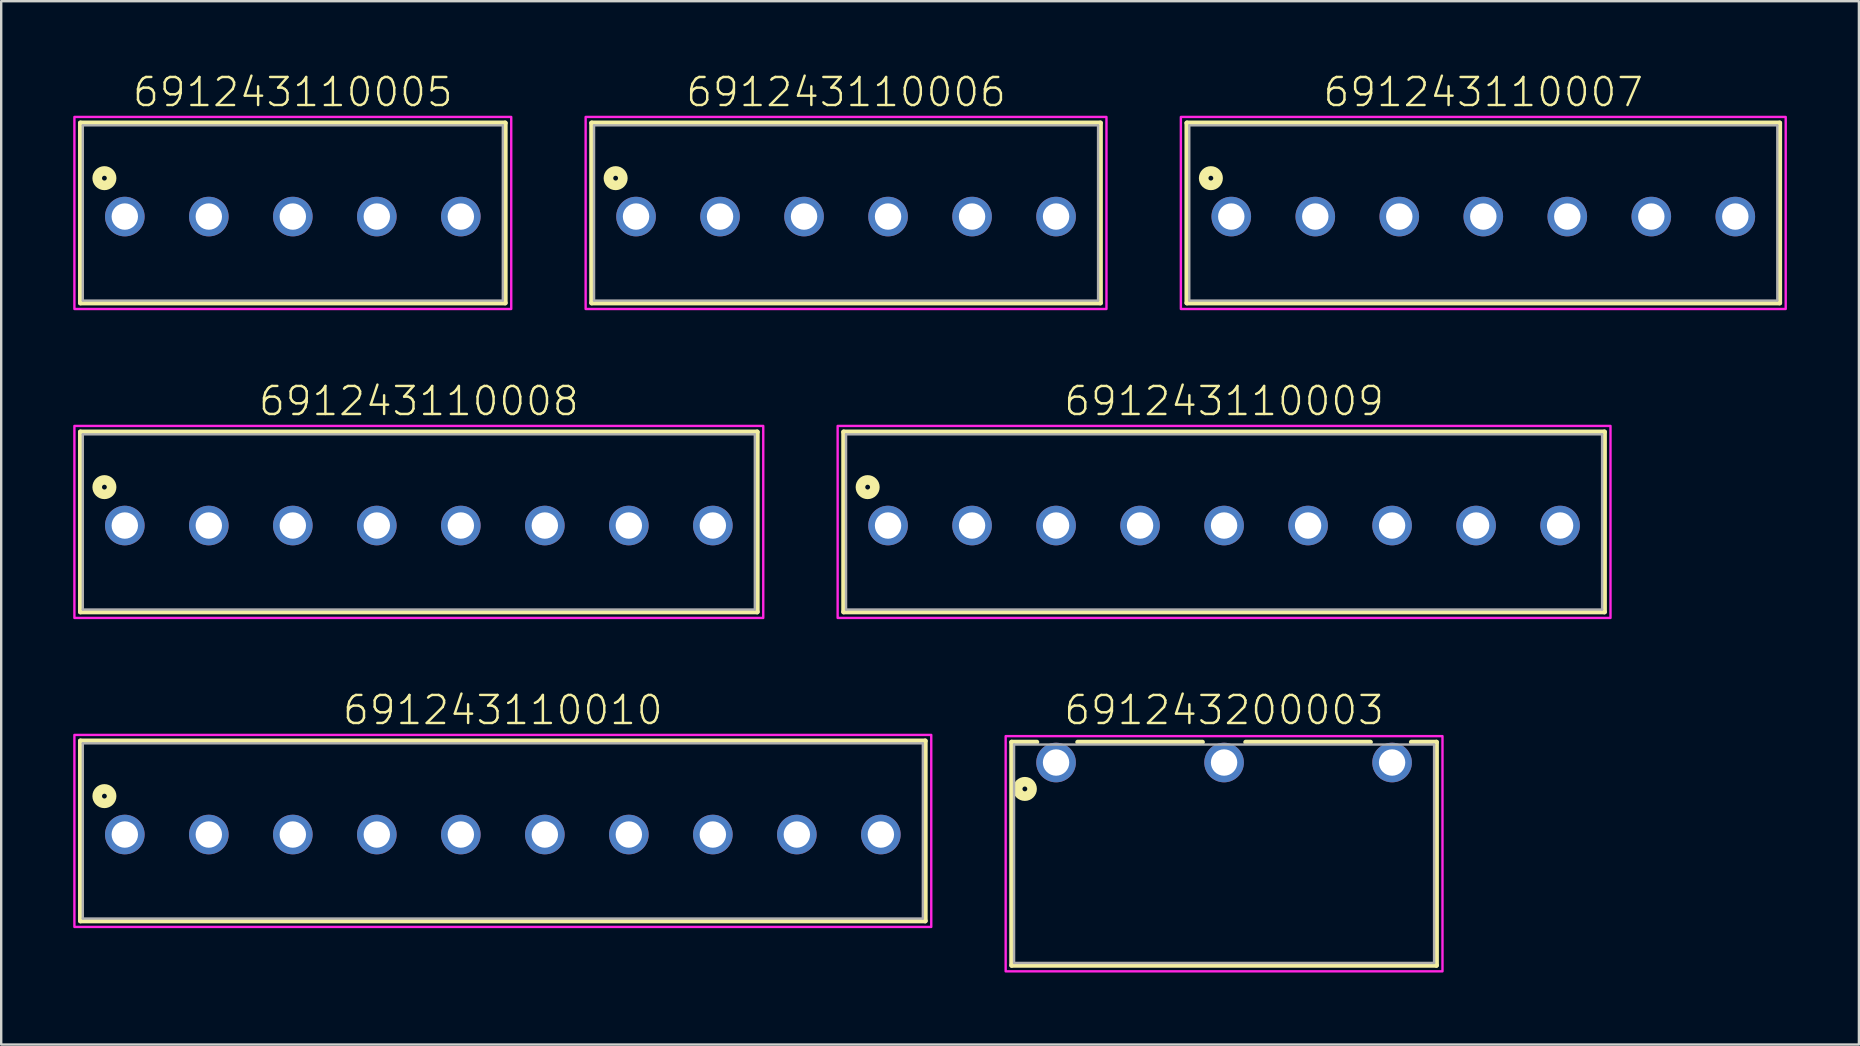
<source format=kicad_pcb>
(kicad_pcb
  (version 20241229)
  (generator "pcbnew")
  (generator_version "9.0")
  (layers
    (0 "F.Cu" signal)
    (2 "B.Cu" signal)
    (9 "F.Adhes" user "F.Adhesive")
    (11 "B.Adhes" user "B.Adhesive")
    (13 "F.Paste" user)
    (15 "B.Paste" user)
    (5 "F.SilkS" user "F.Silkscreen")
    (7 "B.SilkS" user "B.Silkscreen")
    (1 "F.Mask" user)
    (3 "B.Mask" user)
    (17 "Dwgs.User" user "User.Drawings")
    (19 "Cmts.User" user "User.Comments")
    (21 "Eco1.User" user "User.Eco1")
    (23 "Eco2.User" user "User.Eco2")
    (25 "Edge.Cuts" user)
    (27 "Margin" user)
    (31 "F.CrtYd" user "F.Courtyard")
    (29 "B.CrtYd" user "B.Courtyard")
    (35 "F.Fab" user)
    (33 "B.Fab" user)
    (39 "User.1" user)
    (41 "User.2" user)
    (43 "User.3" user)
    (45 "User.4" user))
  (footprint "691243200003"
    (layer "F.Cu")
    (at 47.95 28.72)
    (property "Reference" "691243200003" (at 0 -1.5 0) (unlocked yes) (layer "F.SilkS") (effects (font (size 1.168 1.168) (thickness 0.102)) (justify bottom)))
    (fp_line (start -8.85 -0.85) (end -7.8 -0.85) (stroke (width 0.2) (type solid)) (layer "F.SilkS"))
    (fp_line (start -8.85 8.45) (end -8.85 -0.85) (stroke (width 0.2) (type solid)) (layer "F.SilkS"))
    (fp_line (start -6.1 -0.85) (end -0.9 -0.85) (stroke (width 0.2) (type solid)) (layer "F.SilkS"))
    (fp_line (start 0.9 -0.85) (end 6.1 -0.85) (stroke (width 0.2) (type solid)) (layer "F.SilkS"))
    (fp_line (start 7.8 -0.85) (end 8.85 -0.85) (stroke (width 0.2) (type solid)) (layer "F.SilkS"))
    (fp_line (start 8.85 -0.85) (end 8.85 8.45) (stroke (width 0.2) (type solid)) (layer "F.SilkS"))
    (fp_line (start 8.85 8.45) (end -8.85 8.45) (stroke (width 0.2) (type solid)) (layer "F.SilkS"))
    (fp_circle (center -8.3 1.1) (end -8.2 1.1) (stroke (width 0.4) (type solid)) (fill no) (layer "F.SilkS"))
    (fp_poly (pts (xy 9.1 8.7) (xy -9.1 8.7) (xy -9.1 -1.1) (xy 9.1 -1.1)) (stroke (width 0.1) (type default)) (fill no) (layer "F.CrtYd"))
    (fp_line (start -8.75 -0.75) (end 8.75 -0.75) (stroke (width 0.1) (type solid)) (layer "F.Fab"))
    (fp_line (start -8.75 8.35) (end -8.75 -0.75) (stroke (width 0.1) (type solid)) (layer "F.Fab"))
    (fp_line (start 8.75 -0.75) (end 8.75 8.35) (stroke (width 0.1) (type solid)) (layer "F.Fab"))
    (fp_line (start 8.75 8.35) (end -8.75 8.35) (stroke (width 0.1) (type solid)) (layer "F.Fab"))
    (pad "1" thru_hole circle (at -7 0 180) (size 1.65 1.65) (drill 1.1) (layers "*.Cu" "*.Mask"))
    (pad "2" thru_hole circle (at 0 0 180) (size 1.65 1.65) (drill 1.1) (layers "*.Cu" "*.Mask"))
    (pad "3" thru_hole circle (at 7 0 180) (size 1.65 1.65) (drill 1.1) (layers "*.Cu" "*.Mask")))
  (footprint "691243110006"
    (layer "F.Cu")
    (at 32.2 5.973)
    (property "Reference" "691243110006" (at 0 -4.5 0) (unlocked yes) (layer "F.SilkS") (effects (font (size 1.168 1.168) (thickness 0.102)) (justify bottom)))
    (fp_line (start -10.6 -3.9) (end 10.6 -3.9) (stroke (width 0.2) (type solid)) (layer "F.SilkS"))
    (fp_line (start -10.6 3.6) (end -10.6 -3.9) (stroke (width 0.2) (type solid)) (layer "F.SilkS"))
    (fp_line (start 10.6 -3.9) (end 10.6 3.6) (stroke (width 0.2) (type solid)) (layer "F.SilkS"))
    (fp_line (start 10.6 3.6) (end -10.6 3.6) (stroke (width 0.2) (type solid)) (layer "F.SilkS"))
    (fp_circle (center -9.6 -1.6) (end -9.5 -1.6) (stroke (width 0.4) (type solid)) (fill no) (layer "F.SilkS"))
    (fp_poly (pts (xy 10.85 3.85) (xy -10.85 3.85) (xy -10.85 -4.15) (xy 10.85 -4.15)) (stroke (width 0.1) (type default)) (fill no) (layer "F.CrtYd"))
    (fp_line (start -10.5 -3.8) (end 10.5 -3.8) (stroke (width 0.1) (type solid)) (layer "F.Fab"))
    (fp_line (start -10.5 3.5) (end -10.5 -3.8) (stroke (width 0.1) (type solid)) (layer "F.Fab"))
    (fp_line (start 10.5 -3.8) (end 10.5 3.5) (stroke (width 0.1) (type solid)) (layer "F.Fab"))
    (fp_line (start 10.5 3.5) (end -10.5 3.5) (stroke (width 0.1) (type solid)) (layer "F.Fab"))
    (pad "1" thru_hole circle (at -8.75 0) (size 1.65 1.65) (drill 1.1) (layers "*.Cu" "*.Mask"))
    (pad "2" thru_hole circle (at -5.25 0) (size 1.65 1.65) (drill 1.1) (layers "*.Cu" "*.Mask"))
    (pad "3" thru_hole circle (at -1.75 0) (size 1.65 1.65) (drill 1.1) (layers "*.Cu" "*.Mask"))
    (pad "4" thru_hole circle (at 1.75 0) (size 1.65 1.65) (drill 1.1) (layers "*.Cu" "*.Mask"))
    (pad "5" thru_hole circle (at 5.25 0) (size 1.65 1.65) (drill 1.1) (layers "*.Cu" "*.Mask"))
    (pad "6" thru_hole circle (at 8.75 0) (size 1.65 1.65) (drill 1.1) (layers "*.Cu" "*.Mask")))
  (footprint "691243110005"
    (layer "F.Cu")
    (at 9.15 5.973)
    (property "Reference" "691243110005" (at 0 -4.5 0) (unlocked yes) (layer "F.SilkS") (effects (font (size 1.168 1.168) (thickness 0.102)) (justify bottom)))
    (fp_line (start -8.85 -3.9) (end 8.85 -3.9) (stroke (width 0.2) (type solid)) (layer "F.SilkS"))
    (fp_line (start -8.85 3.6) (end -8.85 -3.9) (stroke (width 0.2) (type solid)) (layer "F.SilkS"))
    (fp_line (start 8.85 -3.9) (end 8.85 3.6) (stroke (width 0.2) (type solid)) (layer "F.SilkS"))
    (fp_line (start 8.85 3.6) (end -8.85 3.6) (stroke (width 0.2) (type solid)) (layer "F.SilkS"))
    (fp_circle (center -7.85 -1.6) (end -7.75 -1.6) (stroke (width 0.4) (type solid)) (fill no) (layer "F.SilkS"))
    (fp_poly (pts (xy 9.1 3.85) (xy -9.1 3.85) (xy -9.1 -4.15) (xy 9.1 -4.15)) (stroke (width 0.1) (type default)) (fill no) (layer "F.CrtYd"))
    (fp_line (start -8.75 -3.8) (end 8.75 -3.8) (stroke (width 0.1) (type solid)) (layer "F.Fab"))
    (fp_line (start -8.75 3.5) (end -8.75 -3.8) (stroke (width 0.1) (type solid)) (layer "F.Fab"))
    (fp_line (start 8.75 -3.8) (end 8.75 3.5) (stroke (width 0.1) (type solid)) (layer "F.Fab"))
    (fp_line (start 8.75 3.5) (end -8.75 3.5) (stroke (width 0.1) (type solid)) (layer "F.Fab"))
    (pad "1" thru_hole circle (at -7 0) (size 1.65 1.65) (drill 1.1) (layers "*.Cu" "*.Mask"))
    (pad "2" thru_hole circle (at -3.5 0) (size 1.65 1.65) (drill 1.1) (layers "*.Cu" "*.Mask"))
    (pad "3" thru_hole circle (at 0 0) (size 1.65 1.65) (drill 1.1) (layers "*.Cu" "*.Mask"))
    (pad "4" thru_hole circle (at 3.5 0) (size 1.65 1.65) (drill 1.1) (layers "*.Cu" "*.Mask"))
    (pad "5" thru_hole circle (at 7 0) (size 1.65 1.65) (drill 1.1) (layers "*.Cu" "*.Mask")))
  (footprint "691243110010"
    (layer "F.Cu")
    (at 17.9 31.72)
    (property "Reference" "691243110010" (at 0 -4.5 0) (unlocked yes) (layer "F.SilkS") (effects (font (size 1.168 1.168) (thickness 0.102)) (justify bottom)))
    (fp_line (start -17.6 -3.9) (end 17.6 -3.9) (stroke (width 0.2) (type solid)) (layer "F.SilkS"))
    (fp_line (start -17.6 3.6) (end -17.6 -3.9) (stroke (width 0.2) (type solid)) (layer "F.SilkS"))
    (fp_line (start 17.6 -3.9) (end 17.6 3.6) (stroke (width 0.2) (type solid)) (layer "F.SilkS"))
    (fp_line (start 17.6 3.6) (end -17.6 3.6) (stroke (width 0.2) (type solid)) (layer "F.SilkS"))
    (fp_circle (center -16.6 -1.6) (end -16.5 -1.6) (stroke (width 0.4) (type solid)) (fill no) (layer "F.SilkS"))
    (fp_poly (pts (xy 17.85 3.85) (xy -17.85 3.85) (xy -17.85 -4.15) (xy 17.85 -4.15)) (stroke (width 0.1) (type default)) (fill no) (layer "F.CrtYd"))
    (fp_line (start -17.5 -3.8) (end 17.5 -3.8) (stroke (width 0.1) (type solid)) (layer "F.Fab"))
    (fp_line (start -17.5 3.5) (end -17.5 -3.8) (stroke (width 0.1) (type solid)) (layer "F.Fab"))
    (fp_line (start 17.5 -3.8) (end 17.5 3.5) (stroke (width 0.1) (type solid)) (layer "F.Fab"))
    (fp_line (start 17.5 3.5) (end -17.5 3.5) (stroke (width 0.1) (type solid)) (layer "F.Fab"))
    (pad "1" thru_hole circle (at -15.75 0) (size 1.65 1.65) (drill 1.1) (layers "*.Cu" "*.Mask"))
    (pad "2" thru_hole circle (at -12.25 0) (size 1.65 1.65) (drill 1.1) (layers "*.Cu" "*.Mask"))
    (pad "3" thru_hole circle (at -8.75 0) (size 1.65 1.65) (drill 1.1) (layers "*.Cu" "*.Mask"))
    (pad "4" thru_hole circle (at -5.25 0) (size 1.65 1.65) (drill 1.1) (layers "*.Cu" "*.Mask"))
    (pad "5" thru_hole circle (at -1.75 0) (size 1.65 1.65) (drill 1.1) (layers "*.Cu" "*.Mask"))
    (pad "6" thru_hole circle (at 1.75 0) (size 1.65 1.65) (drill 1.1) (layers "*.Cu" "*.Mask"))
    (pad "7" thru_hole circle (at 5.25 0) (size 1.65 1.65) (drill 1.1) (layers "*.Cu" "*.Mask"))
    (pad "8" thru_hole circle (at 8.75 0) (size 1.65 1.65) (drill 1.1) (layers "*.Cu" "*.Mask"))
    (pad "9" thru_hole circle (at 12.25 0) (size 1.65 1.65) (drill 1.1) (layers "*.Cu" "*.Mask"))
    (pad "10" thru_hole circle (at 15.75 0) (size 1.65 1.65) (drill 1.1) (layers "*.Cu" "*.Mask")))
  (footprint "691243110009"
    (layer "F.Cu")
    (at 47.95 18.846)
    (property "Reference" "691243110009" (at 0 -4.5 0) (unlocked yes) (layer "F.SilkS") (effects (font (size 1.168 1.168) (thickness 0.102)) (justify bottom)))
    (fp_line (start -15.85 -3.9) (end 15.85 -3.9) (stroke (width 0.2) (type solid)) (layer "F.SilkS"))
    (fp_line (start -15.85 3.6) (end -15.85 -3.9) (stroke (width 0.2) (type solid)) (layer "F.SilkS"))
    (fp_line (start 15.85 -3.9) (end 15.85 3.6) (stroke (width 0.2) (type solid)) (layer "F.SilkS"))
    (fp_line (start 15.85 3.6) (end -15.85 3.6) (stroke (width 0.2) (type solid)) (layer "F.SilkS"))
    (fp_circle (center -14.85 -1.6) (end -14.75 -1.6) (stroke (width 0.4) (type solid)) (fill no) (layer "F.SilkS"))
    (fp_poly (pts (xy 16.1 3.85) (xy -16.1 3.85) (xy -16.1 -4.15) (xy 16.1 -4.15)) (stroke (width 0.1) (type default)) (fill no) (layer "F.CrtYd"))
    (fp_line (start -15.75 -3.8) (end 15.75 -3.8) (stroke (width 0.1) (type solid)) (layer "F.Fab"))
    (fp_line (start -15.75 3.5) (end -15.75 -3.8) (stroke (width 0.1) (type solid)) (layer "F.Fab"))
    (fp_line (start 15.75 -3.8) (end 15.75 3.5) (stroke (width 0.1) (type solid)) (layer "F.Fab"))
    (fp_line (start 15.75 3.5) (end -15.75 3.5) (stroke (width 0.1) (type solid)) (layer "F.Fab"))
    (pad "1" thru_hole circle (at -14 0) (size 1.65 1.65) (drill 1.1) (layers "*.Cu" "*.Mask"))
    (pad "2" thru_hole circle (at -10.5 0) (size 1.65 1.65) (drill 1.1) (layers "*.Cu" "*.Mask"))
    (pad "3" thru_hole circle (at -7 0) (size 1.65 1.65) (drill 1.1) (layers "*.Cu" "*.Mask"))
    (pad "4" thru_hole circle (at -3.5 0) (size 1.65 1.65) (drill 1.1) (layers "*.Cu" "*.Mask"))
    (pad "5" thru_hole circle (at 0 0) (size 1.65 1.65) (drill 1.1) (layers "*.Cu" "*.Mask"))
    (pad "6" thru_hole circle (at 3.5 0) (size 1.65 1.65) (drill 1.1) (layers "*.Cu" "*.Mask"))
    (pad "7" thru_hole circle (at 7 0) (size 1.65 1.65) (drill 1.1) (layers "*.Cu" "*.Mask"))
    (pad "8" thru_hole circle (at 10.5 0) (size 1.65 1.65) (drill 1.1) (layers "*.Cu" "*.Mask"))
    (pad "9" thru_hole circle (at 14 0) (size 1.65 1.65) (drill 1.1) (layers "*.Cu" "*.Mask")))
  (footprint "691243110008"
    (layer "F.Cu")
    (at 14.4 18.846)
    (property "Reference" "691243110008" (at 0 -4.5 0) (unlocked yes) (layer "F.SilkS") (effects (font (size 1.168 1.168) (thickness 0.102)) (justify bottom)))
    (fp_line (start -14.1 -3.9) (end 14.1 -3.9) (stroke (width 0.2) (type solid)) (layer "F.SilkS"))
    (fp_line (start -14.1 3.6) (end -14.1 -3.9) (stroke (width 0.2) (type solid)) (layer "F.SilkS"))
    (fp_line (start 14.1 -3.9) (end 14.1 3.6) (stroke (width 0.2) (type solid)) (layer "F.SilkS"))
    (fp_line (start 14.1 3.6) (end -14.1 3.6) (stroke (width 0.2) (type solid)) (layer "F.SilkS"))
    (fp_circle (center -13.1 -1.6) (end -13 -1.6) (stroke (width 0.4) (type solid)) (fill no) (layer "F.SilkS"))
    (fp_poly (pts (xy 14.35 3.85) (xy -14.35 3.85) (xy -14.35 -4.15) (xy 14.35 -4.15)) (stroke (width 0.1) (type default)) (fill no) (layer "F.CrtYd"))
    (fp_line (start -14 -3.8) (end 14 -3.8) (stroke (width 0.1) (type solid)) (layer "F.Fab"))
    (fp_line (start -14 3.5) (end -14 -3.8) (stroke (width 0.1) (type solid)) (layer "F.Fab"))
    (fp_line (start 14 -3.8) (end 14 3.5) (stroke (width 0.1) (type solid)) (layer "F.Fab"))
    (fp_line (start 14 3.5) (end -14 3.5) (stroke (width 0.1) (type solid)) (layer "F.Fab"))
    (pad "1" thru_hole circle (at -12.25 0) (size 1.65 1.65) (drill 1.1) (layers "*.Cu" "*.Mask"))
    (pad "2" thru_hole circle (at -8.75 0) (size 1.65 1.65) (drill 1.1) (layers "*.Cu" "*.Mask"))
    (pad "3" thru_hole circle (at -5.25 0) (size 1.65 1.65) (drill 1.1) (layers "*.Cu" "*.Mask"))
    (pad "4" thru_hole circle (at -1.75 0) (size 1.65 1.65) (drill 1.1) (layers "*.Cu" "*.Mask"))
    (pad "5" thru_hole circle (at 1.75 0) (size 1.65 1.65) (drill 1.1) (layers "*.Cu" "*.Mask"))
    (pad "6" thru_hole circle (at 5.25 0) (size 1.65 1.65) (drill 1.1) (layers "*.Cu" "*.Mask"))
    (pad "7" thru_hole circle (at 8.75 0) (size 1.65 1.65) (drill 1.1) (layers "*.Cu" "*.Mask"))
    (pad "8" thru_hole circle (at 12.25 0) (size 1.65 1.65) (drill 1.1) (layers "*.Cu" "*.Mask")))
  (footprint "691243110007"
    (layer "F.Cu")
    (at 58.75 5.973)
    (property "Reference" "691243110007" (at 0 -4.5 0) (unlocked yes) (layer "F.SilkS") (effects (font (size 1.168 1.168) (thickness 0.102)) (justify bottom)))
    (fp_line (start -12.35 -3.9) (end 12.35 -3.9) (stroke (width 0.2) (type solid)) (layer "F.SilkS"))
    (fp_line (start -12.35 3.6) (end -12.35 -3.9) (stroke (width 0.2) (type solid)) (layer "F.SilkS"))
    (fp_line (start 12.35 -3.9) (end 12.35 3.6) (stroke (width 0.2) (type solid)) (layer "F.SilkS"))
    (fp_line (start 12.35 3.6) (end -12.35 3.6) (stroke (width 0.2) (type solid)) (layer "F.SilkS"))
    (fp_circle (center -11.35 -1.6) (end -11.25 -1.6) (stroke (width 0.4) (type solid)) (fill no) (layer "F.SilkS"))
    (fp_poly (pts (xy 12.6 3.85) (xy -12.6 3.85) (xy -12.6 -4.15) (xy 12.6 -4.15)) (stroke (width 0.1) (type default)) (fill no) (layer "F.CrtYd"))
    (fp_line (start -12.25 -3.8) (end 12.25 -3.8) (stroke (width 0.1) (type solid)) (layer "F.Fab"))
    (fp_line (start -12.25 3.5) (end -12.25 -3.8) (stroke (width 0.1) (type solid)) (layer "F.Fab"))
    (fp_line (start 12.25 -3.8) (end 12.25 3.5) (stroke (width 0.1) (type solid)) (layer "F.Fab"))
    (fp_line (start 12.25 3.5) (end -12.25 3.5) (stroke (width 0.1) (type solid)) (layer "F.Fab"))
    (pad "1" thru_hole circle (at -10.5 0) (size 1.65 1.65) (drill 1.1) (layers "*.Cu" "*.Mask"))
    (pad "2" thru_hole circle (at -7 0) (size 1.65 1.65) (drill 1.1) (layers "*.Cu" "*.Mask"))
    (pad "3" thru_hole circle (at -3.5 0) (size 1.65 1.65) (drill 1.1) (layers "*.Cu" "*.Mask"))
    (pad "4" thru_hole circle (at 0 0) (size 1.65 1.65) (drill 1.1) (layers "*.Cu" "*.Mask"))
    (pad "5" thru_hole circle (at 3.5 0) (size 1.65 1.65) (drill 1.1) (layers "*.Cu" "*.Mask"))
    (pad "6" thru_hole circle (at 7 0) (size 1.65 1.65) (drill 1.1) (layers "*.Cu" "*.Mask"))
    (pad "7" thru_hole circle (at 10.5 0) (size 1.65 1.65) (drill 1.1) (layers "*.Cu" "*.Mask")))
  (gr_rect
    (start -3 -3)
    (end 74.4 40.47)
    (stroke (width 0.1) (type default))
    (fill no)
    (layer "Edge.Cuts")))
</source>
